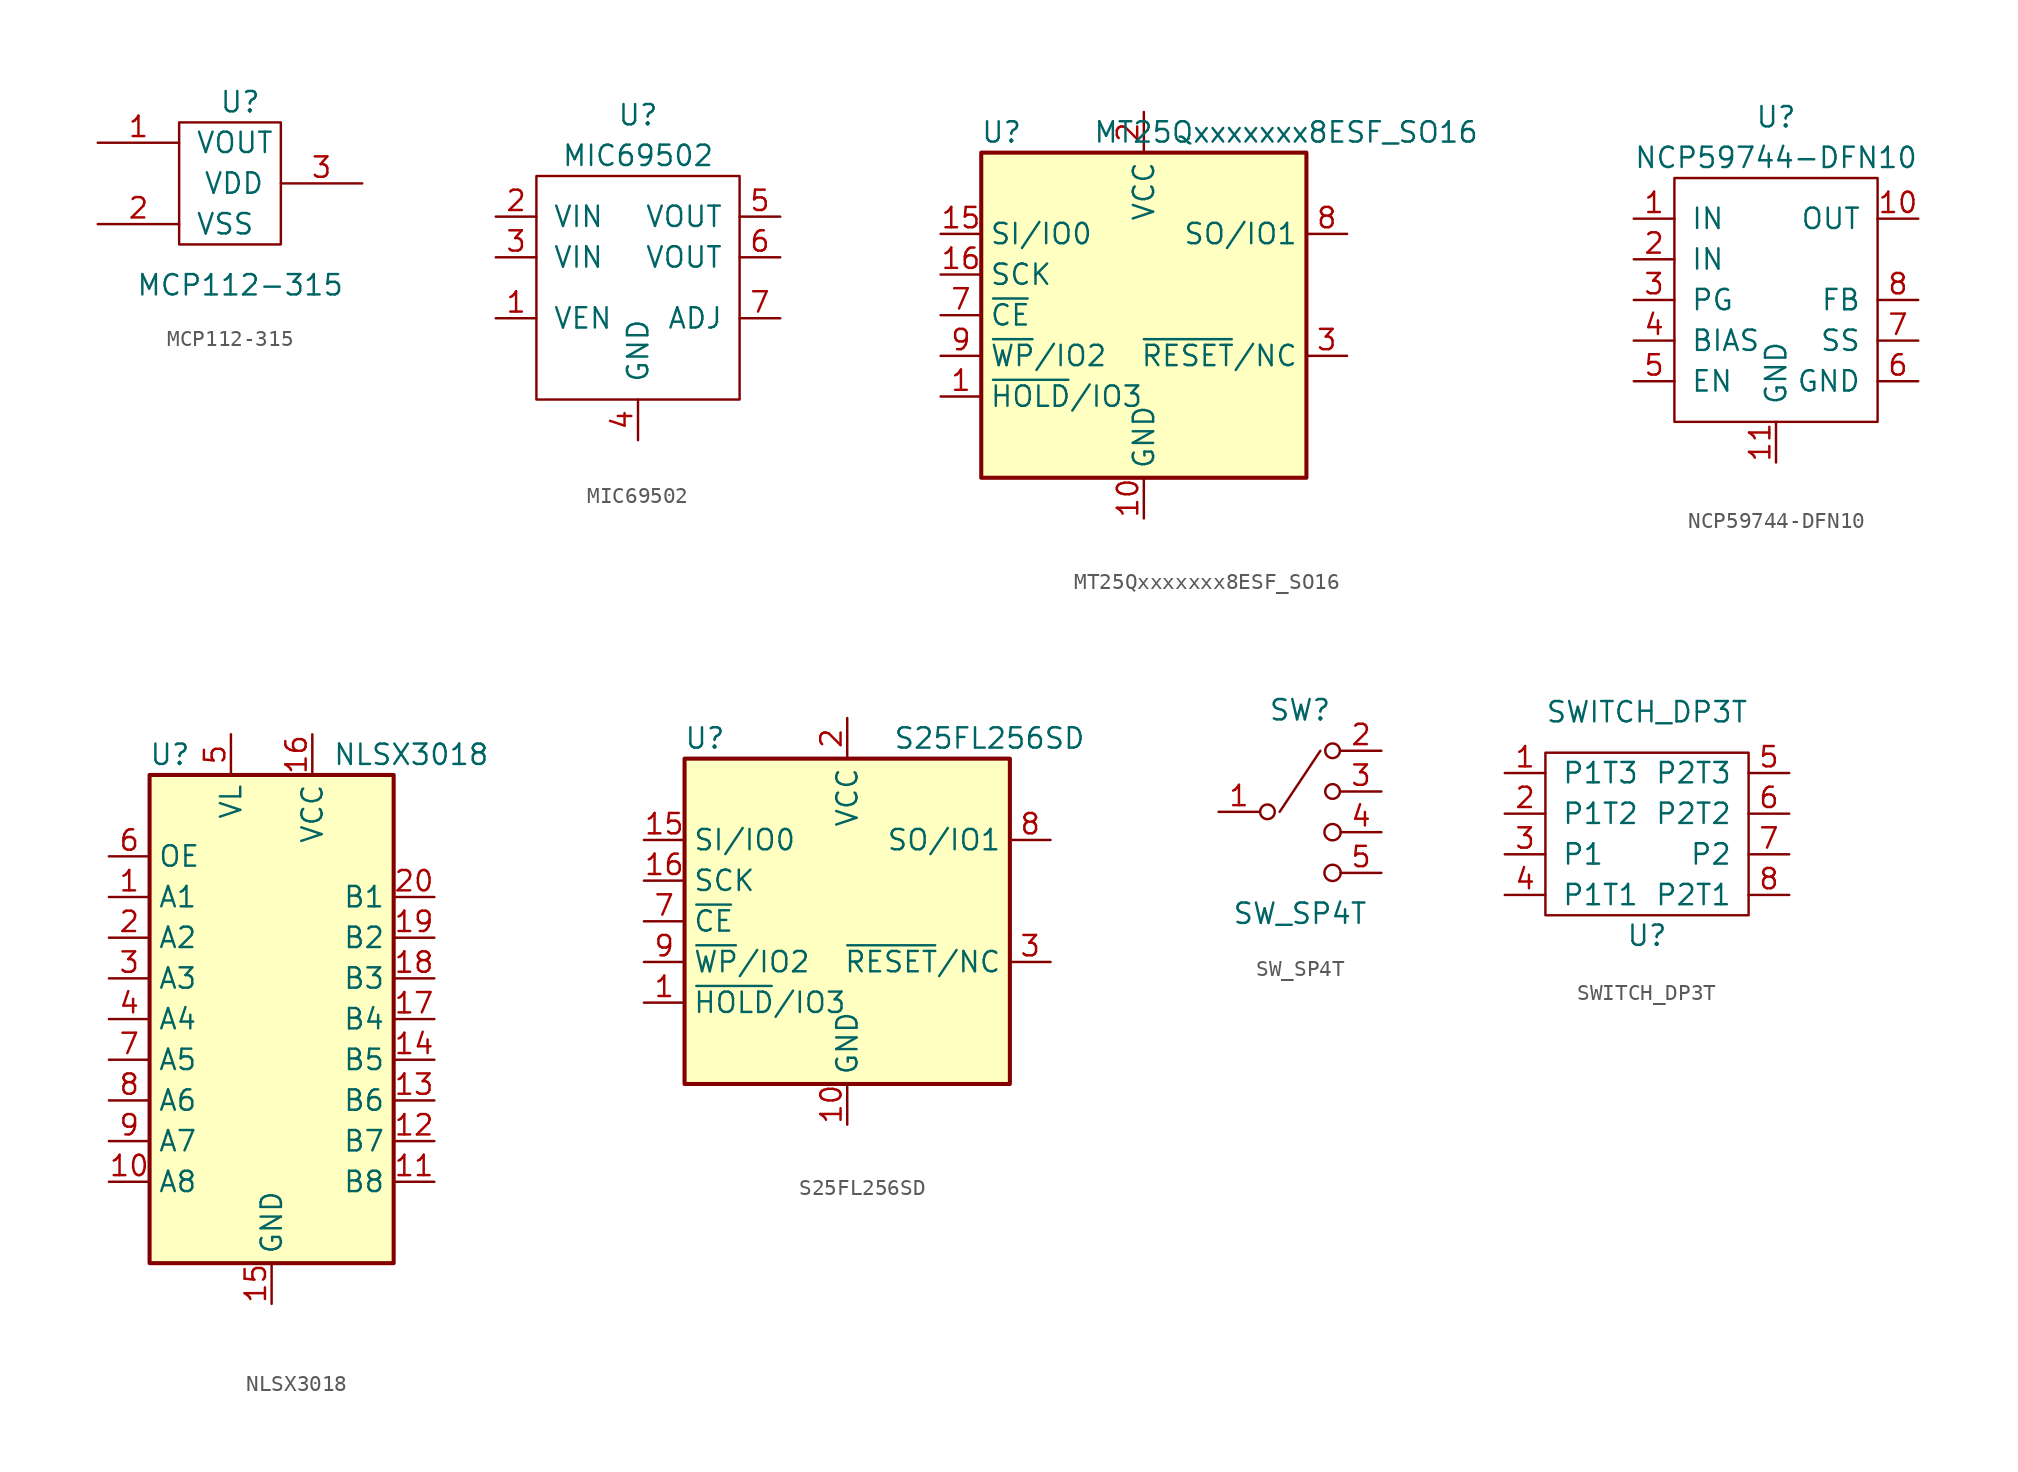
<source format=kicad_sym>
(kicad_symbol_lib
  (version 20200908)
  (generator kicad_symbol_editor)
  (symbol "Fuzzy1:MCP112-315"
    (pin_names
      (offset 1.016))
    (property "Reference" "U"
      (at 2.54 5.08 0)
      (effects (font (size 1.27 1.27))))
    (property "Value" "MCP112-315"
      (at 2.54 -6.35 0)
      (effects (font (size 1.27 1.27))))
    (symbol "MCP112-315_0_1"
      (rectangle (start -1.27 3.81) (end 5.08 -3.81) (stroke (width 0)) (fill (type none))))
    (symbol "MCP112-315_1_1"
      (pin input line (at -6.35 2.54 0) (length 5.08) (name "VOUT" (effects (font (size 1.27 1.27)))) (number "1" (effects (font (size 1.27 1.27)))))
      (pin input line (at -6.35 -2.54 0) (length 5.08) (name "VSS" (effects (font (size 1.27 1.27)))) (number "2" (effects (font (size 1.27 1.27)))))
      (pin input line (at 10.16 0 180) (length 5.08) (name "VDD" (effects (font (size 1.27 1.27)))) (number "3" (effects (font (size 1.27 1.27)))))))
  (symbol "Fuzzy1:MIC69502"
    (pin_names
      (offset 1.016))
    (property "Reference" "U"
      (at 0 11.43 0)
      (effects (font (size 1.27 1.27))))
    (property "Value" "MIC69502"
      (at 0 8.89 0)
      (effects (font (size 1.27 1.27))))
    (symbol "MIC69502_0_1"
      (rectangle (start 6.35 7.62) (end -6.35 -6.35) (stroke (width 0)) (fill (type none))))
    (symbol "MIC69502_1_1"
      (pin input line (at -8.89 -1.27 0) (length 2.54) (name "VEN" (effects (font (size 1.27 1.27)))) (number "1" (effects (font (size 1.27 1.27)))))
      (pin input line (at -8.89 5.08 0) (length 2.54) (name "VIN" (effects (font (size 1.27 1.27)))) (number "2" (effects (font (size 1.27 1.27)))))
      (pin input line (at -8.89 2.54 0) (length 2.54) (name "VIN" (effects (font (size 1.27 1.27)))) (number "3" (effects (font (size 1.27 1.27)))))
      (pin input line (at 0 -8.89 90) (length 2.54) (name "GND" (effects (font (size 1.27 1.27)))) (number "4" (effects (font (size 1.27 1.27)))))
      (pin output line (at 8.89 5.08 180) (length 2.54) (name "VOUT" (effects (font (size 1.27 1.27)))) (number "5" (effects (font (size 1.27 1.27)))))
      (pin output line (at 8.89 2.54 180) (length 2.54) (name "VOUT" (effects (font (size 1.27 1.27)))) (number "6" (effects (font (size 1.27 1.27)))))
      (pin input line (at 8.89 -1.27 180) (length 2.54) (name "ADJ" (effects (font (size 1.27 1.27)))) (number "7" (effects (font (size 1.27 1.27)))))))
  (symbol "Fuzzy1:MT25Qxxxxxxx8ESF_SO16"
    (property "Reference" "U"
      (at -8.89 11.43 0)
      (effects (font (size 1.27 1.27))))
    (property "Value" "MT25Qxxxxxxx8ESF_SO16"
      (at 8.89 11.43 0)
      (effects (font (size 1.27 1.27))))
    (symbol "MT25Qxxxxxxx8ESF_SO16_0_1"
      (rectangle (start 10.16 -10.16) (end -10.16 10.16) (stroke (width 0.254)) (fill (type background)))
      (pin bidirectional line (at -12.7 -5.08 0) (length 2.54) (name "~HOLD~/IO3" (effects (font (size 1.27 1.27)))) (number "1" (effects (font (size 1.27 1.27)))))
      (pin tri_state line (at 0 -12.7 90) (length 2.54) (name "GND" (effects (font (size 1.27 1.27)))) (number "10" (effects (font (size 1.27 1.27)))))
      (pin bidirectional line (at -12.7 5.08 0) (length 2.54) (name "SI/IO0" (effects (font (size 1.27 1.27)))) (number "15" (effects (font (size 1.27 1.27)))))
      (pin input line (at -12.7 2.54 0) (length 2.54) (name "SCK" (effects (font (size 1.27 1.27)))) (number "16" (effects (font (size 1.27 1.27)))))
      (pin power_in line (at 0 12.7 270) (length 2.54) (name "VCC" (effects (font (size 1.27 1.27)))) (number "2" (effects (font (size 1.27 1.27)))))
      (pin input line (at 12.7 -2.54 180) (length 2.54) (name "~RESET~/NC" (effects (font (size 1.27 1.27)))) (number "3" (effects (font (size 1.27 1.27)))))
      (pin input line (at -12.7 0 0) (length 2.54) (name "~CE" (effects (font (size 1.27 1.27)))) (number "7" (effects (font (size 1.27 1.27)))))
      (pin bidirectional line (at 12.7 5.08 180) (length 2.54) (name "SO/IO1" (effects (font (size 1.27 1.27)))) (number "8" (effects (font (size 1.27 1.27)))))
      (pin bidirectional line (at -12.7 -2.54 0) (length 2.54) (name "~WP~/IO2" (effects (font (size 1.27 1.27)))) (number "9" (effects (font (size 1.27 1.27)))))))
  (symbol "Fuzzy1:NCP59744-DFN10"
    (pin_names
      (offset 1.016))
    (property "Reference" "U"
      (at 0 11.43 0)
      (effects (font (size 1.27 1.27))))
    (property "Value" "NCP59744-DFN10"
      (at 0 8.89 0)
      (effects (font (size 1.27 1.27))))
    (symbol "NCP59744-DFN10_0_1"
      (rectangle (start -6.35 7.62) (end 6.35 -7.62) (stroke (width 0)) (fill (type none))))
    (symbol "NCP59744-DFN10_0_0"
      (pin power_in line (at -8.89 5.08 0) (length 2.54) (name "IN" (effects (font (size 1.27 1.27)))) (number "1" (effects (font (size 1.27 1.27)))))
      (pin power_out line (at 8.89 5.08 180) (length 2.54) (name "OUT" (effects (font (size 1.27 1.27)))) (number "10" (effects (font (size 1.27 1.27)))))
      (pin power_in line (at -8.89 2.54 0) (length 2.54) (name "IN" (effects (font (size 1.27 1.27)))) (number "2" (effects (font (size 1.27 1.27)))))
      (pin output line (at -8.89 0 0) (length 2.54) (name "PG" (effects (font (size 1.27 1.27)))) (number "3" (effects (font (size 1.27 1.27)))))
      (pin power_in line (at -8.89 -2.54 0) (length 2.54) (name "BIAS" (effects (font (size 1.27 1.27)))) (number "4" (effects (font (size 1.27 1.27)))))
      (pin input line (at -8.89 -5.08 0) (length 2.54) (name "EN" (effects (font (size 1.27 1.27)))) (number "5" (effects (font (size 1.27 1.27)))))
      (pin power_out line (at 8.89 -5.08 180) (length 2.54) (name "GND" (effects (font (size 1.27 1.27)))) (number "6" (effects (font (size 1.27 1.27)))))
      (pin output line (at 8.89 -2.54 180) (length 2.54) (name "SS" (effects (font (size 1.27 1.27)))) (number "7" (effects (font (size 1.27 1.27)))))
      (pin input line (at 8.89 0 180) (length 2.54) (name "FB" (effects (font (size 1.27 1.27)))) (number "8" (effects (font (size 1.27 1.27)))))
      (pin power_out line (at 8.89 5.08 180) (length 2.54) hide (name "OUT" (effects (font (size 1.27 1.27)))) (number "9" (effects (font (size 1.27 1.27)))))
      (pin power_out line (at 0 -10.16 90) (length 2.54) (name "GND" (effects (font (size 1.27 1.27)))) (number "11" (effects (font (size 1.27 1.27)))))))
  (symbol "Fuzzy1:NLSX3018"
    (property "Reference" "U"
      (at -6.35 16.51 0)
      (effects (font (size 1.27 1.27))))
    (property "Value" "NLSX3018"
      (at 3.81 16.51 0)
      (effects (font (size 1.27 1.27)) (justify left)))
    (symbol "NLSX3018_0_1"
      (rectangle (start -7.62 15.24) (end 7.62 -15.24) (stroke (width 0.254)) (fill (type background))))
    (symbol "NLSX3018_1_1"
      (pin bidirectional line (at -10.16 7.62 0) (length 2.54) (name "A1" (effects (font (size 1.27 1.27)))) (number "1" (effects (font (size 1.27 1.27)))))
      (pin bidirectional line (at -10.16 -10.16 0) (length 2.54) (name "A8" (effects (font (size 1.27 1.27)))) (number "10" (effects (font (size 1.27 1.27)))))
      (pin bidirectional line (at 10.16 -10.16 180) (length 2.54) (name "B8" (effects (font (size 1.27 1.27)))) (number "11" (effects (font (size 1.27 1.27)))))
      (pin bidirectional line (at 10.16 -7.62 180) (length 2.54) (name "B7" (effects (font (size 1.27 1.27)))) (number "12" (effects (font (size 1.27 1.27)))))
      (pin bidirectional line (at 10.16 -5.08 180) (length 2.54) (name "B6" (effects (font (size 1.27 1.27)))) (number "13" (effects (font (size 1.27 1.27)))))
      (pin bidirectional line (at 10.16 -2.54 180) (length 2.54) (name "B5" (effects (font (size 1.27 1.27)))) (number "14" (effects (font (size 1.27 1.27)))))
      (pin tri_state line (at 0 -17.78 90) (length 2.54) (name "GND" (effects (font (size 1.27 1.27)))) (number "15" (effects (font (size 1.27 1.27)))))
      (pin power_in line (at 2.54 17.78 270) (length 2.54) (name "VCC" (effects (font (size 1.27 1.27)))) (number "16" (effects (font (size 1.27 1.27)))))
      (pin bidirectional line (at 10.16 0 180) (length 2.54) (name "B4" (effects (font (size 1.27 1.27)))) (number "17" (effects (font (size 1.27 1.27)))))
      (pin bidirectional line (at 10.16 2.54 180) (length 2.54) (name "B3" (effects (font (size 1.27 1.27)))) (number "18" (effects (font (size 1.27 1.27)))))
      (pin bidirectional line (at 10.16 5.08 180) (length 2.54) (name "B2" (effects (font (size 1.27 1.27)))) (number "19" (effects (font (size 1.27 1.27)))))
      (pin bidirectional line (at -10.16 5.08 0) (length 2.54) (name "A2" (effects (font (size 1.27 1.27)))) (number "2" (effects (font (size 1.27 1.27)))))
      (pin bidirectional line (at 10.16 7.62 180) (length 2.54) (name "B1" (effects (font (size 1.27 1.27)))) (number "20" (effects (font (size 1.27 1.27)))))
      (pin bidirectional line (at -10.16 2.54 0) (length 2.54) (name "A3" (effects (font (size 1.27 1.27)))) (number "3" (effects (font (size 1.27 1.27)))))
      (pin bidirectional line (at -10.16 0 0) (length 2.54) (name "A4" (effects (font (size 1.27 1.27)))) (number "4" (effects (font (size 1.27 1.27)))))
      (pin power_in line (at -2.54 17.78 270) (length 2.54) (name "VL" (effects (font (size 1.27 1.27)))) (number "5" (effects (font (size 1.27 1.27)))))
      (pin input line (at -10.16 10.16 0) (length 2.54) (name "OE" (effects (font (size 1.27 1.27)))) (number "6" (effects (font (size 1.27 1.27)))))
      (pin bidirectional line (at -10.16 -2.54 0) (length 2.54) (name "A5" (effects (font (size 1.27 1.27)))) (number "7" (effects (font (size 1.27 1.27)))))
      (pin bidirectional line (at -10.16 -5.08 0) (length 2.54) (name "A6" (effects (font (size 1.27 1.27)))) (number "8" (effects (font (size 1.27 1.27)))))
      (pin bidirectional line (at -10.16 -7.62 0) (length 2.54) (name "A7" (effects (font (size 1.27 1.27)))) (number "9" (effects (font (size 1.27 1.27)))))))
  (symbol "Fuzzy1:S25FL256SD"
    (property "Reference" "U"
      (at -8.89 11.43 0)
      (effects (font (size 1.27 1.27))))
    (property "Value" "S25FL256SD"
      (at 8.89 11.43 0)
      (effects (font (size 1.27 1.27))))
    (symbol "S25FL256SD_0_1"
      (rectangle (start 10.16 -10.16) (end -10.16 10.16) (stroke (width 0.254)) (fill (type background)))
      (pin bidirectional line (at -12.7 -5.08 0) (length 2.54) (name "~HOLD~/IO3" (effects (font (size 1.27 1.27)))) (number "1" (effects (font (size 1.27 1.27)))))
      (pin tri_state line (at 0 -12.7 90) (length 2.54) (name "GND" (effects (font (size 1.27 1.27)))) (number "10" (effects (font (size 1.27 1.27)))))
      (pin unconnected line (at 10.16 0 180) (length 2.54) hide (name "NC" (effects (font (size 1.27 1.27)))) (number "11" (effects (font (size 1.27 1.27)))))
      (pin unconnected line (at 10.16 -5.08 180) (length 2.54) hide (name "NC" (effects (font (size 1.27 1.27)))) (number "12" (effects (font (size 1.27 1.27)))))
      (pin unconnected line (at 10.16 7.62 180) (length 2.54) hide (name "NC" (effects (font (size 1.27 1.27)))) (number "13" (effects (font (size 1.27 1.27)))))
      (pin unconnected line (at 10.16 -7.62 180) (length 2.54) hide (name "NC" (effects (font (size 1.27 1.27)))) (number "14" (effects (font (size 1.27 1.27)))))
      (pin bidirectional line (at -12.7 5.08 0) (length 2.54) (name "SI/IO0" (effects (font (size 1.27 1.27)))) (number "15" (effects (font (size 1.27 1.27)))))
      (pin input line (at -12.7 2.54 0) (length 2.54) (name "SCK" (effects (font (size 1.27 1.27)))) (number "16" (effects (font (size 1.27 1.27)))))
      (pin power_in line (at 0 12.7 270) (length 2.54) (name "VCC" (effects (font (size 1.27 1.27)))) (number "2" (effects (font (size 1.27 1.27)))))
      (pin input line (at 12.7 -2.54 180) (length 2.54) (name "~RESET~/NC" (effects (font (size 1.27 1.27)))) (number "3" (effects (font (size 1.27 1.27)))))
      (pin unconnected line (at -10.16 7.62 0) (length 2.54) hide (name "NC" (effects (font (size 1.27 1.27)))) (number "4" (effects (font (size 1.27 1.27)))))
      (pin unconnected line (at -10.16 -7.62 0) (length 2.54) hide (name "NC" (effects (font (size 1.27 1.27)))) (number "5" (effects (font (size 1.27 1.27)))))
      (pin unconnected line (at 10.16 2.54 180) (length 2.54) hide (name "NC" (effects (font (size 1.27 1.27)))) (number "6" (effects (font (size 1.27 1.27)))))
      (pin input line (at -12.7 0 0) (length 2.54) (name "~CE" (effects (font (size 1.27 1.27)))) (number "7" (effects (font (size 1.27 1.27)))))
      (pin bidirectional line (at 12.7 5.08 180) (length 2.54) (name "SO/IO1" (effects (font (size 1.27 1.27)))) (number "8" (effects (font (size 1.27 1.27)))))
      (pin bidirectional line (at -12.7 -2.54 0) (length 2.54) (name "~WP~/IO2" (effects (font (size 1.27 1.27)))) (number "9" (effects (font (size 1.27 1.27)))))))
  (symbol "Fuzzy1:SW_SP4T"
    (pin_names
      (offset 0) hide)
    (property "Reference" "SW"
      (at 0 5.08 0)
      (effects (font (size 1.27 1.27))))
    (property "Value" "SW_SP4T"
      (at 0 -7.62 0)
      (effects (font (size 1.27 1.27))))
    (symbol "SW_SP4T_0_1"
      (circle (center -2.032 -1.27) (radius 0.457) (stroke (width 0)) (fill (type none)))
      (circle (center 2.032 -5.08) (radius 0.508) (stroke (width 0)) (fill (type none)))
      (circle (center 2.032 -2.54) (radius 0.508) (stroke (width 0)) (fill (type none)))
      (circle (center 2.032 0) (radius 0.457) (stroke (width 0)) (fill (type none)))
      (circle (center 2.032 2.54) (radius 0.457) (stroke (width 0)) (fill (type none)))
      (polyline (pts (xy 1.27 2.54) (xy -1.27 -1.27)) (stroke (width 0)) (fill (type none))))
    (symbol "SW_SP4T_1_1"
      (pin passive line (at -5.08 -1.27 0) (length 2.54) (name "1" (effects (font (size 1.27 1.27)))) (number "1" (effects (font (size 1.27 1.27)))))
      (pin passive line (at 5.08 2.54 180) (length 2.54) (name "2" (effects (font (size 1.27 1.27)))) (number "2" (effects (font (size 1.27 1.27)))))
      (pin passive line (at 5.08 0 180) (length 2.54) (name "3" (effects (font (size 1.27 1.27)))) (number "3" (effects (font (size 1.27 1.27)))))
      (pin passive line (at 5.08 -2.54 180) (length 2.54) (name "4" (effects (font (size 1.27 1.27)))) (number "4" (effects (font (size 1.27 1.27)))))
      (pin passive line (at 5.08 -5.08 180) (length 2.54) (name "5" (effects (font (size 1.27 1.27)))) (number "5" (effects (font (size 1.27 1.27)))))))
  (symbol "Fuzzy1:SWITCH_DP3T"
    (pin_names
      (offset 1.016))
    (property "Reference" "U"
      (at 0 -6.35 0)
      (effects (font (size 1.27 1.27))))
    (property "Value" "SWITCH_DP3T"
      (at 0 7.62 0)
      (effects (font (size 1.27 1.27))))
    (symbol "SWITCH_DP3T_0_1"
      (rectangle (start -6.35 5.08) (end 6.35 -5.08) (stroke (width 0)) (fill (type none))))
    (symbol "SWITCH_DP3T_1_1"
      (pin passive line (at -8.89 3.81 0) (length 2.54) (name "P1T3" (effects (font (size 1.27 1.27)))) (number "1" (effects (font (size 1.27 1.27)))))
      (pin passive line (at -8.89 1.27 0) (length 2.54) (name "P1T2" (effects (font (size 1.27 1.27)))) (number "2" (effects (font (size 1.27 1.27)))))
      (pin passive line (at -8.89 -1.27 0) (length 2.54) (name "P1" (effects (font (size 1.27 1.27)))) (number "3" (effects (font (size 1.27 1.27)))))
      (pin passive line (at -8.89 -3.81 0) (length 2.54) (name "P1T1" (effects (font (size 1.27 1.27)))) (number "4" (effects (font (size 1.27 1.27)))))
      (pin passive line (at 8.89 3.81 180) (length 2.54) (name "P2T3" (effects (font (size 1.27 1.27)))) (number "5" (effects (font (size 1.27 1.27)))))
      (pin passive line (at 8.89 1.27 180) (length 2.54) (name "P2T2" (effects (font (size 1.27 1.27)))) (number "6" (effects (font (size 1.27 1.27)))))
      (pin passive line (at 8.89 -1.27 180) (length 2.54) (name "P2" (effects (font (size 1.27 1.27)))) (number "7" (effects (font (size 1.27 1.27)))))
      (pin passive line (at 8.89 -3.81 180) (length 2.54) (name "P2T1" (effects (font (size 1.27 1.27)))) (number "8" (effects (font (size 1.27 1.27))))))))
</source>
